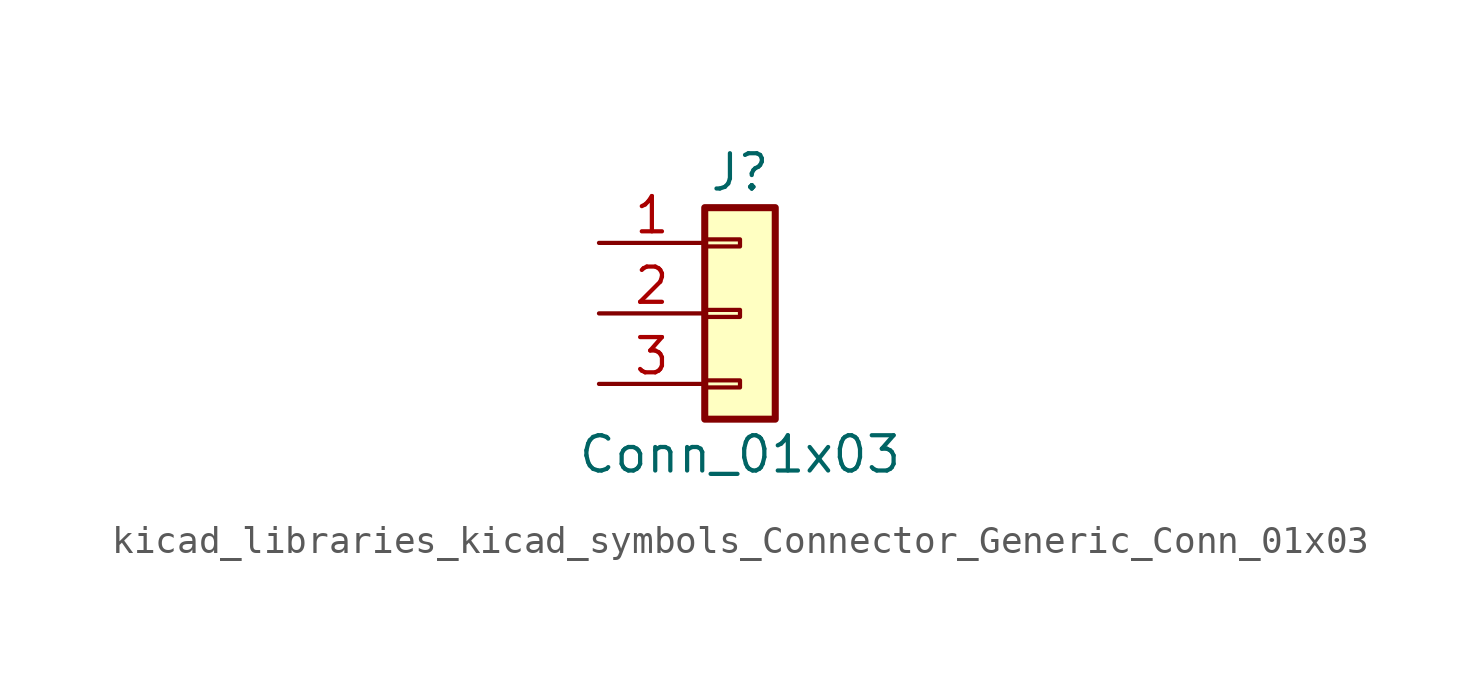
<source format=kicad_sym>
(kicad_symbol_lib
  (version 20220914)
  (generator kicad_symbol_editor)
  (symbol "kicad_libraries_kicad_symbols_Connector_Generic_Conn_01x03"
    (pin_names
      (offset 1.016) hide)
    (property "Reference" "J"
      (at 0 5.08 0)
      (effects (font (size 1.27 1.27))))
    (property "Value" "Conn_01x03"
      (at 0 -5.08 0)
      (effects (font (size 1.27 1.27))))
    (symbol "kicad_libraries_kicad_symbols_Connector_Generic_Conn_01x03_1_1"
      (rectangle (start -1.27 -2.413) (end 0 -2.667) (stroke (width 0.152) (type default)) (fill (type none)))
      (rectangle (start -1.27 0.127) (end 0 -0.127) (stroke (width 0.152) (type default)) (fill (type none)))
      (rectangle (start -1.27 2.667) (end 0 2.413) (stroke (width 0.152) (type default)) (fill (type none)))
      (rectangle (start -1.27 3.81) (end 1.27 -3.81) (stroke (width 0.254) (type default)) (fill (type background)))
      (pin passive line (at -5.08 2.54 0) (length 3.81) (name "Pin_1" (effects (font (size 1.27 1.27)))) (number "1" (effects (font (size 1.27 1.27)))))
      (pin passive line (at -5.08 0 0) (length 3.81) (name "Pin_2" (effects (font (size 1.27 1.27)))) (number "2" (effects (font (size 1.27 1.27)))))
      (pin passive line (at -5.08 -2.54 0) (length 3.81) (name "Pin_3" (effects (font (size 1.27 1.27)))) (number "3" (effects (font (size 1.27 1.27))))))))
</source>
